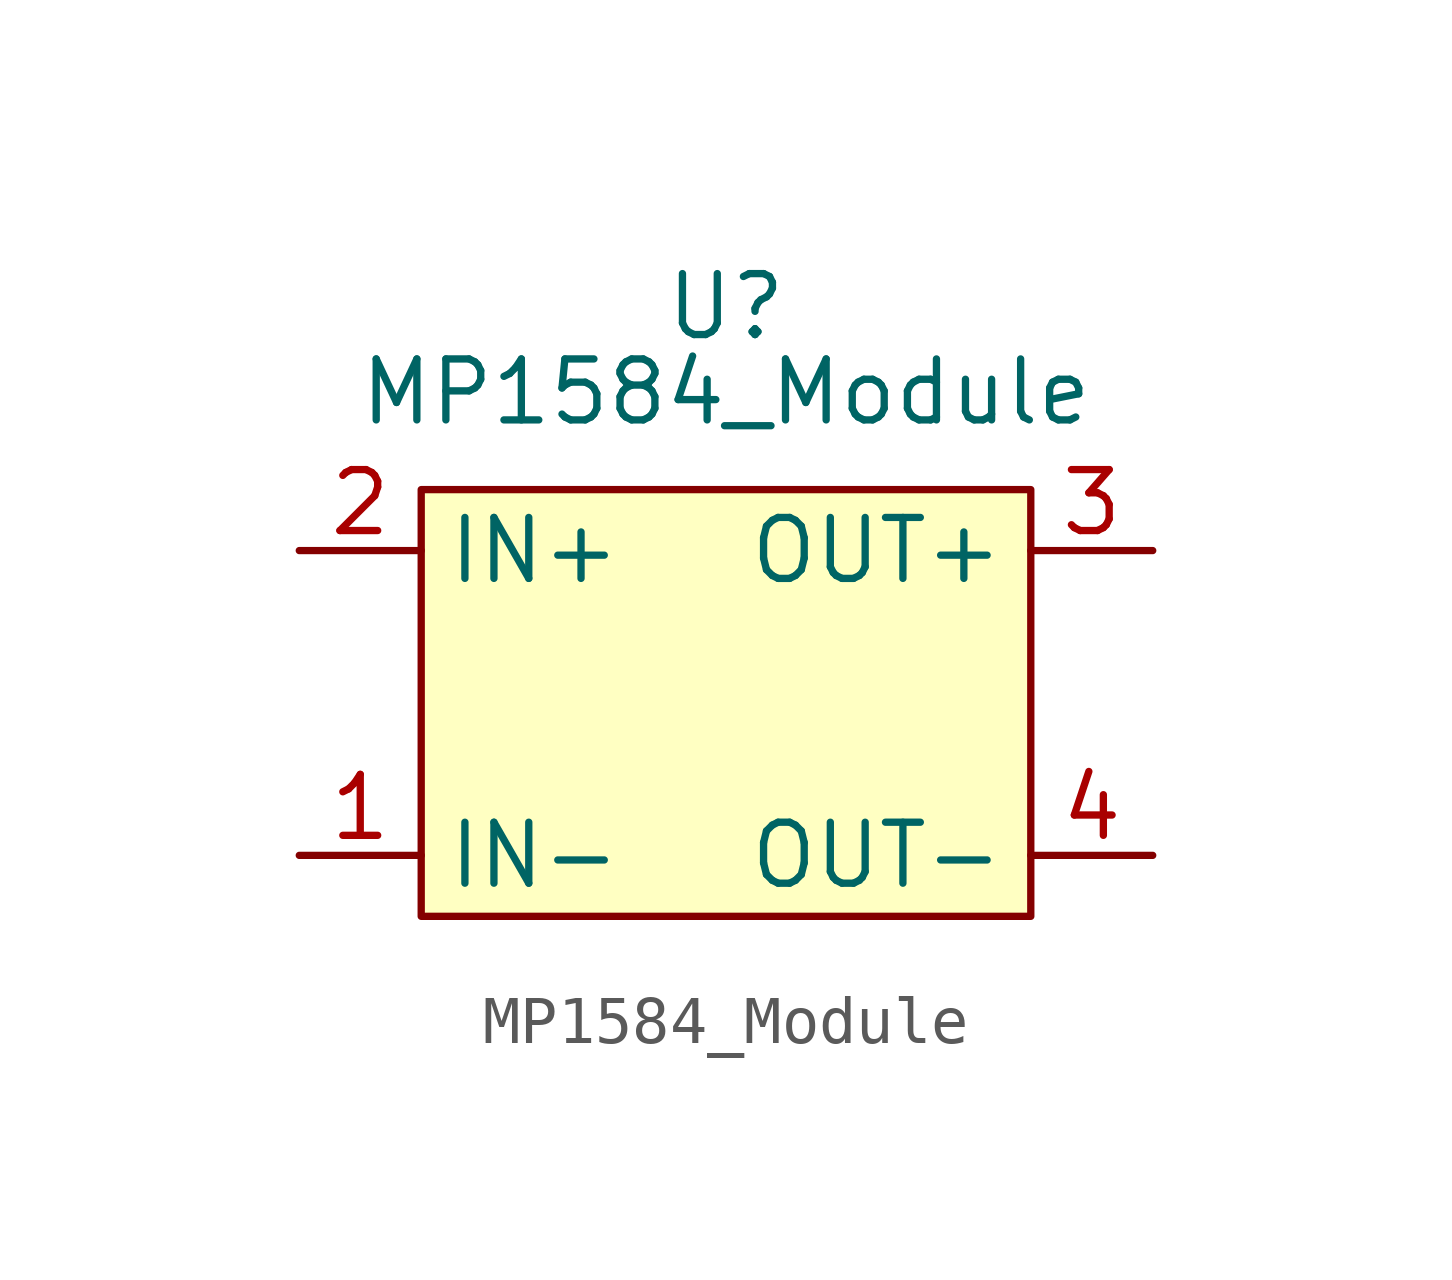
<source format=kicad_sym>
(kicad_symbol_lib
  (version 20241209)
  (generator "kicad_symbol_editor")
  (generator_version "9.0")
  (symbol "MP1584_Module"
    (property "Reference" "U"
      (at 0 7.62 0)
      (effects (font (size 1.27 1.27))))
    (property "Value" "MP1584_Module"
      (at 0 5.842 0)
      (effects (font (size 1.27 1.27))))
    (symbol "MP1584_Module_1_1"
      (rectangle (start -6.35 3.81) (end 6.35 -5.08) (stroke (width 0) (type solid)) (fill (type color) (color 255 255 194 1)))
      (pin power_in line (at -8.89 2.54 0) (length 2.54) (name "IN+" (effects (font (size 1.27 1.27)))) (number "2" (effects (font (size 1.27 1.27)))))
      (pin power_in line (at -8.89 -3.81 0) (length 2.54) (name "IN-" (effects (font (size 1.27 1.27)))) (number "1" (effects (font (size 1.27 1.27)))))
      (pin power_out line (at 8.89 2.54 180) (length 2.54) (name "OUT+" (effects (font (size 1.27 1.27)))) (number "3" (effects (font (size 1.27 1.27)))))
      (pin power_out line (at 8.89 -3.81 180) (length 2.54) (name "OUT-" (effects (font (size 1.27 1.27)))) (number "4" (effects (font (size 1.27 1.27))))))))
</source>
